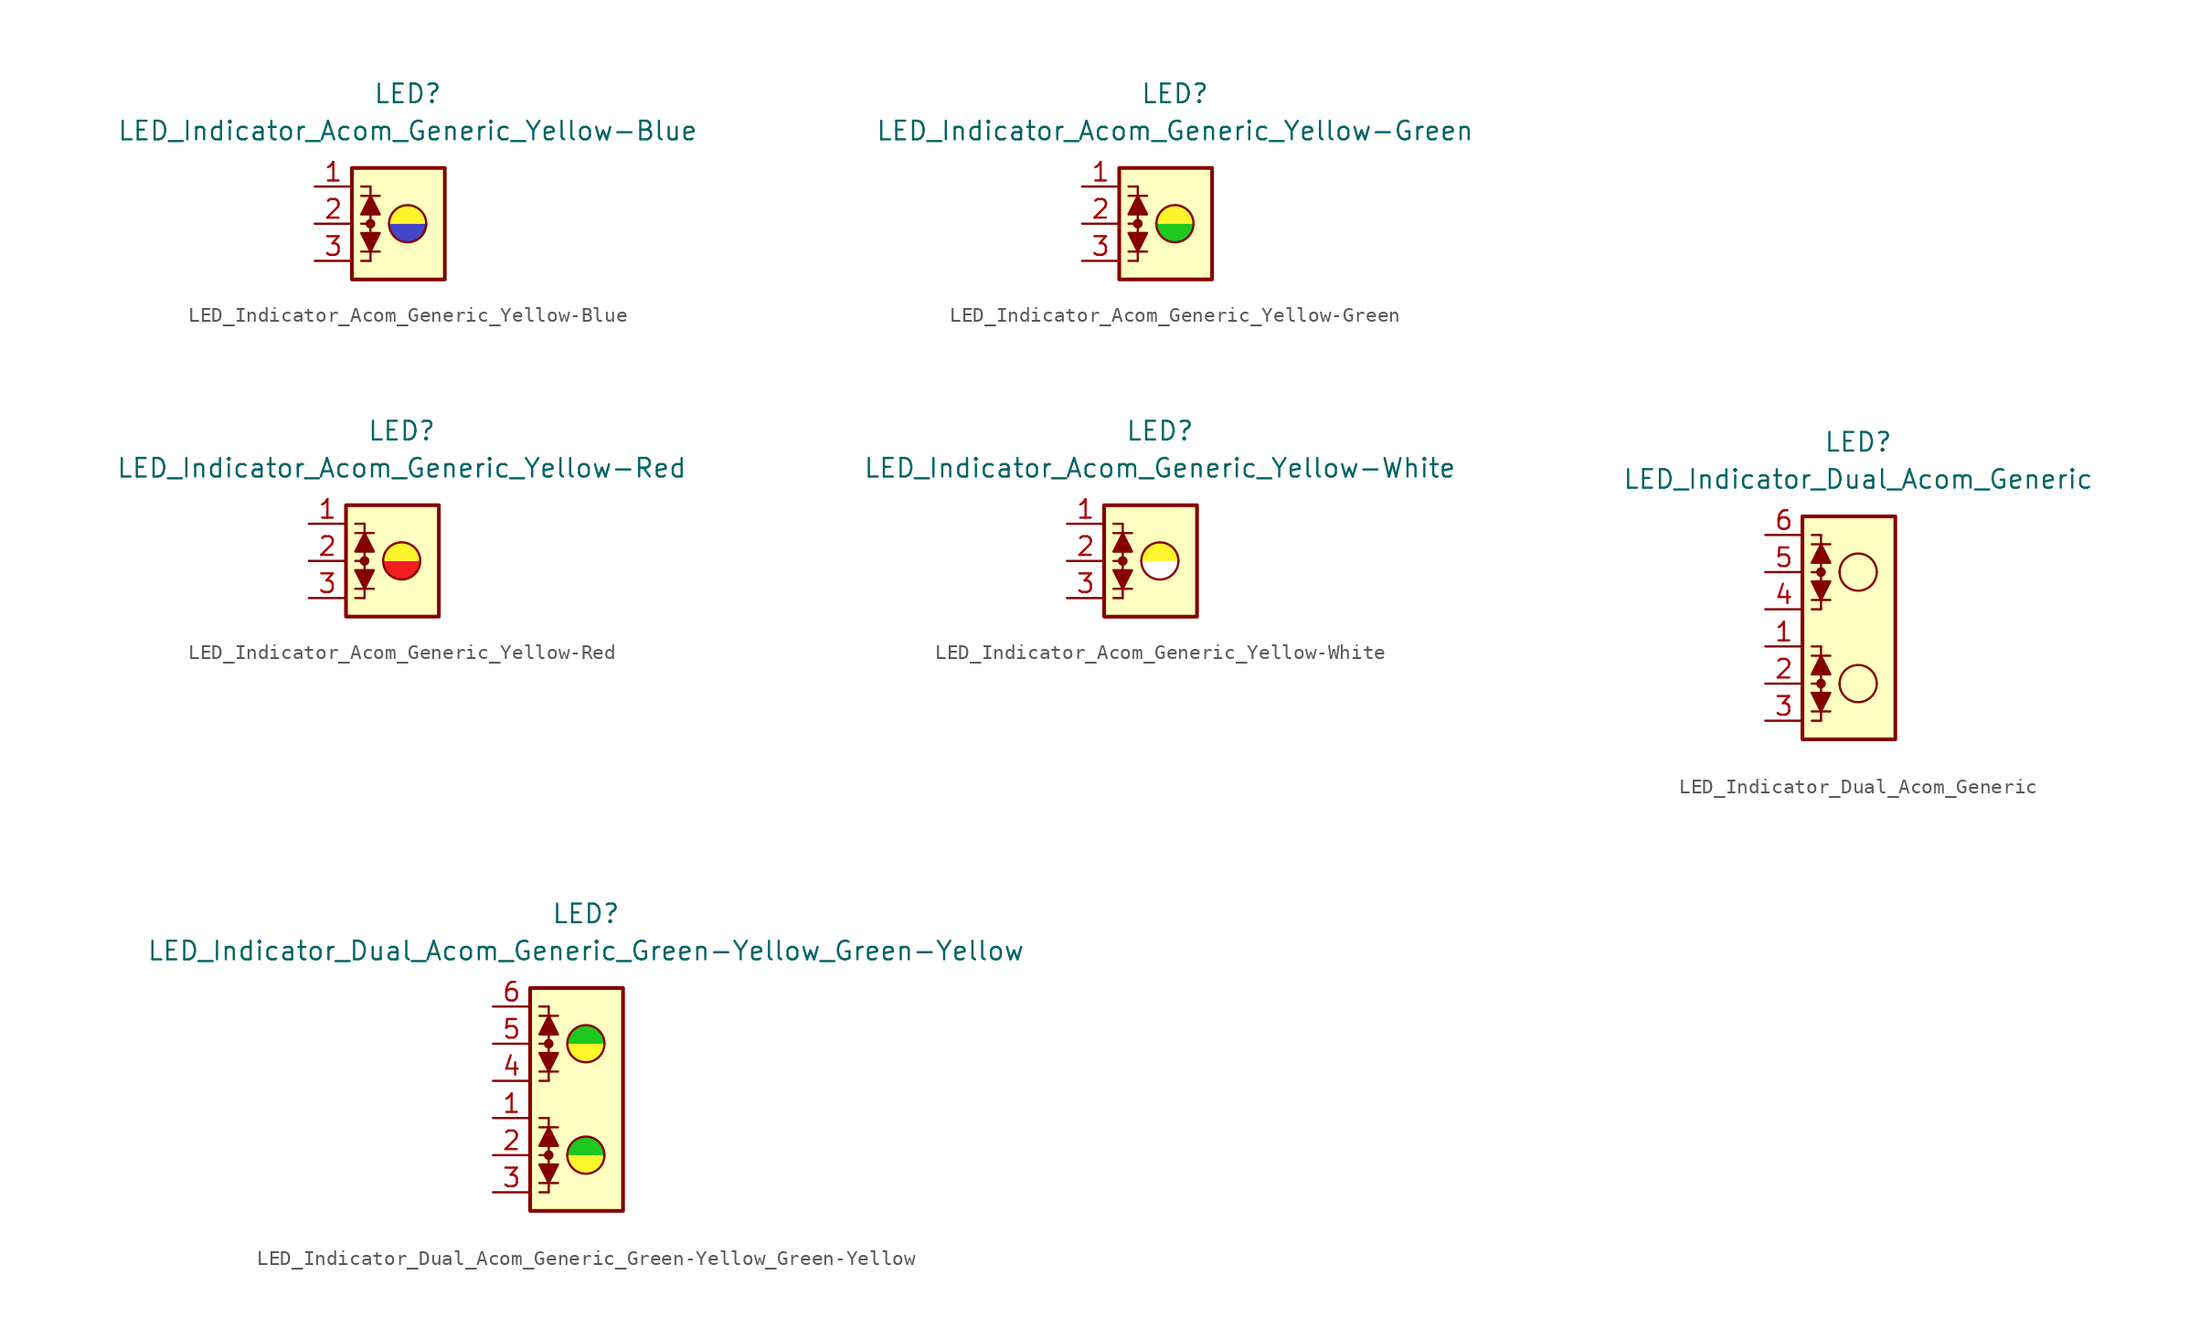
<source format=kicad_sym>
(kicad_symbol_lib
  (version 20231120)
  (generator "kicad_symbol_editor")
  (generator_version "8.0")
  (symbol "LED_Indicator_Acom_Generic_Yellow-Blue"
    (pin_names
      (offset 1.016) hide)
    (property "Reference" "LED"
      (at 0 8.89 0)
      (effects (font (size 1.27 1.27))))
    (property "Value" "LED_Indicator_Acom_Generic_Yellow-Blue"
      (at 0 6.35 0)
      (effects (font (size 1.27 1.27))))
    (symbol "LED_Indicator_Acom_Generic_Yellow-Blue_0_1"
      (rectangle (start -3.81 3.81) (end 2.54 -3.81) (stroke (width 0.254) (type default)) (fill (type background)))
      (circle (center -2.54 0) (radius 0.254) (stroke (width 0) (type default)) (fill (type outline)))
      (arc (start -1.27 0) (mid 0 -1.2645) (end 1.27 0) (stroke (width 0) (type default)) (fill (type color) (color 70 70 200 1)))
      (polyline (pts (xy -3.175 -1.905) (xy -1.905 -1.905)) (stroke (width 0) (type default)) (fill (type none)))
      (polyline (pts (xy -2.54 -2.54) (xy -3.175 -2.54)) (stroke (width 0) (type default)) (fill (type none)))
      (polyline (pts (xy -2.54 -2.54) (xy -2.54 0)) (stroke (width 0) (type default)) (fill (type none)))
      (polyline (pts (xy -2.54 0) (xy -3.175 0)) (stroke (width 0) (type default)) (fill (type none)))
      (polyline (pts (xy -2.54 2.54) (xy -3.175 2.54)) (stroke (width 0) (type default)) (fill (type none)))
      (polyline (pts (xy -2.54 2.54) (xy -2.54 0)) (stroke (width 0) (type default)) (fill (type none)))
      (polyline (pts (xy -1.905 1.905) (xy -3.175 1.905)) (stroke (width 0) (type default)) (fill (type none)))
      (polyline (pts (xy -2.54 -1.905) (xy -3.175 -0.635) (xy -1.905 -0.635) (xy -2.54 -1.905)) (stroke (width 0) (type default)) (fill (type outline)))
      (polyline (pts (xy -2.54 1.905) (xy -1.905 0.635) (xy -3.175 0.635) (xy -2.54 1.905)) (stroke (width 0) (type default)) (fill (type outline)))
      (arc (start 1.27 0) (mid 0 1.2645) (end -1.27 0) (stroke (width 0) (type default)) (fill (type color) (color 255 245 45 1))))
    (symbol "LED_Indicator_Acom_Generic_Yellow-Blue_1_1"
      (pin passive line (at -6.35 2.54 0) (length 2.54) (name "K1" (effects (font (size 1.27 1.27)))) (number "1" (effects (font (size 1.27 1.27)))))
      (pin passive line (at -6.35 0 0) (length 2.54) (name "A12" (effects (font (size 1.27 1.27)))) (number "2" (effects (font (size 1.27 1.27)))))
      (pin passive line (at -6.35 -2.54 0) (length 2.54) (name "K2" (effects (font (size 1.27 1.27)))) (number "3" (effects (font (size 1.27 1.27)))))))
  (symbol "LED_Indicator_Acom_Generic_Yellow-Green"
    (pin_names
      (offset 1.016) hide)
    (property "Reference" "LED"
      (at 0 8.89 0)
      (effects (font (size 1.27 1.27))))
    (property "Value" "LED_Indicator_Acom_Generic_Yellow-Green"
      (at 0 6.35 0)
      (effects (font (size 1.27 1.27))))
    (symbol "LED_Indicator_Acom_Generic_Yellow-Green_0_1"
      (rectangle (start -3.81 3.81) (end 2.54 -3.81) (stroke (width 0.254) (type default)) (fill (type background)))
      (circle (center -2.54 0) (radius 0.254) (stroke (width 0) (type default)) (fill (type outline)))
      (arc (start -1.27 0) (mid 0 -1.2645) (end 1.27 0) (stroke (width 0) (type default)) (fill (type color) (color 30 200 30 1)))
      (polyline (pts (xy -3.175 -1.905) (xy -1.905 -1.905)) (stroke (width 0) (type default)) (fill (type none)))
      (polyline (pts (xy -2.54 -2.54) (xy -3.175 -2.54)) (stroke (width 0) (type default)) (fill (type none)))
      (polyline (pts (xy -2.54 -2.54) (xy -2.54 0)) (stroke (width 0) (type default)) (fill (type none)))
      (polyline (pts (xy -2.54 0) (xy -3.175 0)) (stroke (width 0) (type default)) (fill (type none)))
      (polyline (pts (xy -2.54 2.54) (xy -3.175 2.54)) (stroke (width 0) (type default)) (fill (type none)))
      (polyline (pts (xy -2.54 2.54) (xy -2.54 0)) (stroke (width 0) (type default)) (fill (type none)))
      (polyline (pts (xy -1.905 1.905) (xy -3.175 1.905)) (stroke (width 0) (type default)) (fill (type none)))
      (polyline (pts (xy -2.54 -1.905) (xy -3.175 -0.635) (xy -1.905 -0.635) (xy -2.54 -1.905)) (stroke (width 0) (type default)) (fill (type outline)))
      (polyline (pts (xy -2.54 1.905) (xy -1.905 0.635) (xy -3.175 0.635) (xy -2.54 1.905)) (stroke (width 0) (type default)) (fill (type outline)))
      (arc (start 1.27 0) (mid 0 1.2645) (end -1.27 0) (stroke (width 0) (type default)) (fill (type color) (color 255 245 45 1))))
    (symbol "LED_Indicator_Acom_Generic_Yellow-Green_1_1"
      (pin passive line (at -6.35 2.54 0) (length 2.54) (name "K1" (effects (font (size 1.27 1.27)))) (number "1" (effects (font (size 1.27 1.27)))))
      (pin passive line (at -6.35 0 0) (length 2.54) (name "A12" (effects (font (size 1.27 1.27)))) (number "2" (effects (font (size 1.27 1.27)))))
      (pin passive line (at -6.35 -2.54 0) (length 2.54) (name "K2" (effects (font (size 1.27 1.27)))) (number "3" (effects (font (size 1.27 1.27)))))))
  (symbol "LED_Indicator_Acom_Generic_Yellow-Red"
    (pin_names
      (offset 1.016) hide)
    (property "Reference" "LED"
      (at 0 8.89 0)
      (effects (font (size 1.27 1.27))))
    (property "Value" "LED_Indicator_Acom_Generic_Yellow-Red"
      (at 0 6.35 0)
      (effects (font (size 1.27 1.27))))
    (symbol "LED_Indicator_Acom_Generic_Yellow-Red_0_1"
      (rectangle (start -3.81 3.81) (end 2.54 -3.81) (stroke (width 0.254) (type default)) (fill (type background)))
      (circle (center -2.54 0) (radius 0.254) (stroke (width 0) (type default)) (fill (type outline)))
      (arc (start -1.27 0) (mid 0 -1.2645) (end 1.27 0) (stroke (width 0) (type default)) (fill (type color) (color 240 30 30 1)))
      (polyline (pts (xy -3.175 -1.905) (xy -1.905 -1.905)) (stroke (width 0) (type default)) (fill (type none)))
      (polyline (pts (xy -2.54 -2.54) (xy -3.175 -2.54)) (stroke (width 0) (type default)) (fill (type none)))
      (polyline (pts (xy -2.54 -2.54) (xy -2.54 0)) (stroke (width 0) (type default)) (fill (type none)))
      (polyline (pts (xy -2.54 0) (xy -3.175 0)) (stroke (width 0) (type default)) (fill (type none)))
      (polyline (pts (xy -2.54 2.54) (xy -3.175 2.54)) (stroke (width 0) (type default)) (fill (type none)))
      (polyline (pts (xy -2.54 2.54) (xy -2.54 0)) (stroke (width 0) (type default)) (fill (type none)))
      (polyline (pts (xy -1.905 1.905) (xy -3.175 1.905)) (stroke (width 0) (type default)) (fill (type none)))
      (polyline (pts (xy -2.54 -1.905) (xy -3.175 -0.635) (xy -1.905 -0.635) (xy -2.54 -1.905)) (stroke (width 0) (type default)) (fill (type outline)))
      (polyline (pts (xy -2.54 1.905) (xy -1.905 0.635) (xy -3.175 0.635) (xy -2.54 1.905)) (stroke (width 0) (type default)) (fill (type outline)))
      (arc (start 1.27 0) (mid 0 1.2645) (end -1.27 0) (stroke (width 0) (type default)) (fill (type color) (color 255 245 45 1))))
    (symbol "LED_Indicator_Acom_Generic_Yellow-Red_1_1"
      (pin passive line (at -6.35 2.54 0) (length 2.54) (name "K1" (effects (font (size 1.27 1.27)))) (number "1" (effects (font (size 1.27 1.27)))))
      (pin passive line (at -6.35 0 0) (length 2.54) (name "A12" (effects (font (size 1.27 1.27)))) (number "2" (effects (font (size 1.27 1.27)))))
      (pin passive line (at -6.35 -2.54 0) (length 2.54) (name "K2" (effects (font (size 1.27 1.27)))) (number "3" (effects (font (size 1.27 1.27)))))))
  (symbol "LED_Indicator_Acom_Generic_Yellow-White"
    (pin_names
      (offset 1.016) hide)
    (property "Reference" "LED"
      (at 0 8.89 0)
      (effects (font (size 1.27 1.27))))
    (property "Value" "LED_Indicator_Acom_Generic_Yellow-White"
      (at 0 6.35 0)
      (effects (font (size 1.27 1.27))))
    (symbol "LED_Indicator_Acom_Generic_Yellow-White_0_1"
      (rectangle (start -3.81 3.81) (end 2.54 -3.81) (stroke (width 0.254) (type default)) (fill (type background)))
      (circle (center -2.54 0) (radius 0.254) (stroke (width 0) (type default)) (fill (type outline)))
      (arc (start -1.27 0) (mid 0 -1.2645) (end 1.27 0) (stroke (width 0) (type default)) (fill (type color) (color 255 255 255 1)))
      (polyline (pts (xy -3.175 -1.905) (xy -1.905 -1.905)) (stroke (width 0) (type default)) (fill (type none)))
      (polyline (pts (xy -2.54 -2.54) (xy -3.175 -2.54)) (stroke (width 0) (type default)) (fill (type none)))
      (polyline (pts (xy -2.54 -2.54) (xy -2.54 0)) (stroke (width 0) (type default)) (fill (type none)))
      (polyline (pts (xy -2.54 0) (xy -3.175 0)) (stroke (width 0) (type default)) (fill (type none)))
      (polyline (pts (xy -2.54 2.54) (xy -3.175 2.54)) (stroke (width 0) (type default)) (fill (type none)))
      (polyline (pts (xy -2.54 2.54) (xy -2.54 0)) (stroke (width 0) (type default)) (fill (type none)))
      (polyline (pts (xy -1.905 1.905) (xy -3.175 1.905)) (stroke (width 0) (type default)) (fill (type none)))
      (polyline (pts (xy -2.54 -1.905) (xy -3.175 -0.635) (xy -1.905 -0.635) (xy -2.54 -1.905)) (stroke (width 0) (type default)) (fill (type outline)))
      (polyline (pts (xy -2.54 1.905) (xy -1.905 0.635) (xy -3.175 0.635) (xy -2.54 1.905)) (stroke (width 0) (type default)) (fill (type outline)))
      (arc (start 1.27 0) (mid 0 1.2645) (end -1.27 0) (stroke (width 0) (type default)) (fill (type color) (color 255 245 45 1))))
    (symbol "LED_Indicator_Acom_Generic_Yellow-White_1_1"
      (pin passive line (at -6.35 2.54 0) (length 2.54) (name "K1" (effects (font (size 1.27 1.27)))) (number "1" (effects (font (size 1.27 1.27)))))
      (pin passive line (at -6.35 0 0) (length 2.54) (name "A12" (effects (font (size 1.27 1.27)))) (number "2" (effects (font (size 1.27 1.27)))))
      (pin passive line (at -6.35 -2.54 0) (length 2.54) (name "K2" (effects (font (size 1.27 1.27)))) (number "3" (effects (font (size 1.27 1.27)))))))
  (symbol "LED_Indicator_Dual_Acom_Generic"
    (pin_names
      (offset 1.016) hide)
    (property "Reference" "LED"
      (at 0 12.7 0)
      (effects (font (size 1.27 1.27))))
    (property "Value" "LED_Indicator_Dual_Acom_Generic"
      (at 0 10.16 0)
      (effects (font (size 1.27 1.27))))
    (symbol "LED_Indicator_Dual_Acom_Generic_0_1"
      (rectangle (start -3.81 7.62) (end 2.54 -7.62) (stroke (width 0.254) (type default)) (fill (type background)))
      (circle (center -2.54 -3.81) (radius 0.254) (stroke (width 0) (type default)) (fill (type outline)))
      (circle (center -2.54 3.81) (radius 0.254) (stroke (width 0) (type default)) (fill (type outline)))
      (arc (start -1.27 -3.81) (mid 0 -5.0745) (end 1.27 -3.81) (stroke (width 0) (type default)) (fill (type none)))
      (arc (start -1.27 3.81) (mid 0 2.5455) (end 1.27 3.81) (stroke (width 0) (type default)) (fill (type none)))
      (polyline (pts (xy -3.175 -5.715) (xy -1.905 -5.715)) (stroke (width 0) (type default)) (fill (type none)))
      (polyline (pts (xy -3.175 1.905) (xy -1.905 1.905)) (stroke (width 0) (type default)) (fill (type none)))
      (polyline (pts (xy -2.54 -6.35) (xy -3.175 -6.35)) (stroke (width 0) (type default)) (fill (type none)))
      (polyline (pts (xy -2.54 -6.35) (xy -2.54 -3.81)) (stroke (width 0) (type default)) (fill (type none)))
      (polyline (pts (xy -2.54 -3.81) (xy -3.175 -3.81)) (stroke (width 0) (type default)) (fill (type none)))
      (polyline (pts (xy -2.54 -1.27) (xy -3.175 -1.27)) (stroke (width 0) (type default)) (fill (type none)))
      (polyline (pts (xy -2.54 -1.27) (xy -2.54 -3.81)) (stroke (width 0) (type default)) (fill (type none)))
      (polyline (pts (xy -2.54 1.27) (xy -3.175 1.27)) (stroke (width 0) (type default)) (fill (type none)))
      (polyline (pts (xy -2.54 1.27) (xy -2.54 3.81)) (stroke (width 0) (type default)) (fill (type none)))
      (polyline (pts (xy -2.54 3.81) (xy -3.175 3.81)) (stroke (width 0) (type default)) (fill (type none)))
      (polyline (pts (xy -2.54 6.35) (xy -3.175 6.35)) (stroke (width 0) (type default)) (fill (type none)))
      (polyline (pts (xy -2.54 6.35) (xy -2.54 3.81)) (stroke (width 0) (type default)) (fill (type none)))
      (polyline (pts (xy -1.905 -1.905) (xy -3.175 -1.905)) (stroke (width 0) (type default)) (fill (type none)))
      (polyline (pts (xy -1.905 5.715) (xy -3.175 5.715)) (stroke (width 0) (type default)) (fill (type none)))
      (polyline (pts (xy -2.54 -5.715) (xy -3.175 -4.445) (xy -1.905 -4.445) (xy -2.54 -5.715)) (stroke (width 0) (type default)) (fill (type outline)))
      (polyline (pts (xy -2.54 -1.905) (xy -1.905 -3.175) (xy -3.175 -3.175) (xy -2.54 -1.905)) (stroke (width 0) (type default)) (fill (type outline)))
      (polyline (pts (xy -2.54 1.905) (xy -3.175 3.175) (xy -1.905 3.175) (xy -2.54 1.905)) (stroke (width 0) (type default)) (fill (type outline)))
      (polyline (pts (xy -2.54 5.715) (xy -1.905 4.445) (xy -3.175 4.445) (xy -2.54 5.715)) (stroke (width 0) (type default)) (fill (type outline)))
      (arc (start 1.27 -3.81) (mid 0 -2.5455) (end -1.27 -3.81) (stroke (width 0) (type default)) (fill (type none)))
      (arc (start 1.27 3.81) (mid 0 5.0745) (end -1.27 3.81) (stroke (width 0) (type default)) (fill (type none))))
    (symbol "LED_Indicator_Dual_Acom_Generic_1_1"
      (pin passive line (at -6.35 -1.27 0) (length 2.54) (name "K1" (effects (font (size 1.27 1.27)))) (number "1" (effects (font (size 1.27 1.27)))))
      (pin passive line (at -6.35 -3.81 0) (length 2.54) (name "A12" (effects (font (size 1.27 1.27)))) (number "2" (effects (font (size 1.27 1.27)))))
      (pin passive line (at -6.35 -6.35 0) (length 2.54) (name "K2" (effects (font (size 1.27 1.27)))) (number "3" (effects (font (size 1.27 1.27)))))
      (pin passive line (at -6.35 1.27 0) (length 2.54) (name "K4" (effects (font (size 1.27 1.27)))) (number "4" (effects (font (size 1.27 1.27)))))
      (pin passive line (at -6.35 3.81 0) (length 2.54) (name "A34" (effects (font (size 1.27 1.27)))) (number "5" (effects (font (size 1.27 1.27)))))
      (pin passive line (at -6.35 6.35 0) (length 2.54) (name "K3" (effects (font (size 1.27 1.27)))) (number "6" (effects (font (size 1.27 1.27)))))))
  (symbol "LED_Indicator_Dual_Acom_Generic_Green-Yellow_Green-Yellow"
    (pin_names
      (offset 1.016) hide)
    (property "Reference" "LED"
      (at 0 12.7 0)
      (effects (font (size 1.27 1.27))))
    (property "Value" "LED_Indicator_Dual_Acom_Generic_Green-Yellow_Green-Yellow"
      (at 0 10.16 0)
      (effects (font (size 1.27 1.27))))
    (symbol "LED_Indicator_Dual_Acom_Generic_Green-Yellow_Green-Yellow_0_1"
      (rectangle (start -3.81 7.62) (end 2.54 -7.62) (stroke (width 0.254) (type default)) (fill (type background)))
      (circle (center -2.54 -3.81) (radius 0.254) (stroke (width 0) (type default)) (fill (type outline)))
      (circle (center -2.54 3.81) (radius 0.254) (stroke (width 0) (type default)) (fill (type outline)))
      (arc (start -1.27 -3.81) (mid 0 -5.0745) (end 1.27 -3.81) (stroke (width 0) (type default)) (fill (type color) (color 255 245 45 1)))
      (arc (start -1.27 3.81) (mid 0 2.5455) (end 1.27 3.81) (stroke (width 0) (type default)) (fill (type color) (color 255 245 45 1)))
      (polyline (pts (xy -3.175 -5.715) (xy -1.905 -5.715)) (stroke (width 0) (type default)) (fill (type none)))
      (polyline (pts (xy -3.175 1.905) (xy -1.905 1.905)) (stroke (width 0) (type default)) (fill (type none)))
      (polyline (pts (xy -2.54 -6.35) (xy -3.175 -6.35)) (stroke (width 0) (type default)) (fill (type none)))
      (polyline (pts (xy -2.54 -6.35) (xy -2.54 -3.81)) (stroke (width 0) (type default)) (fill (type none)))
      (polyline (pts (xy -2.54 -3.81) (xy -3.175 -3.81)) (stroke (width 0) (type default)) (fill (type none)))
      (polyline (pts (xy -2.54 -1.27) (xy -3.175 -1.27)) (stroke (width 0) (type default)) (fill (type none)))
      (polyline (pts (xy -2.54 -1.27) (xy -2.54 -3.81)) (stroke (width 0) (type default)) (fill (type none)))
      (polyline (pts (xy -2.54 1.27) (xy -3.175 1.27)) (stroke (width 0) (type default)) (fill (type none)))
      (polyline (pts (xy -2.54 1.27) (xy -2.54 3.81)) (stroke (width 0) (type default)) (fill (type none)))
      (polyline (pts (xy -2.54 3.81) (xy -3.175 3.81)) (stroke (width 0) (type default)) (fill (type none)))
      (polyline (pts (xy -2.54 6.35) (xy -3.175 6.35)) (stroke (width 0) (type default)) (fill (type none)))
      (polyline (pts (xy -2.54 6.35) (xy -2.54 3.81)) (stroke (width 0) (type default)) (fill (type none)))
      (polyline (pts (xy -1.905 -1.905) (xy -3.175 -1.905)) (stroke (width 0) (type default)) (fill (type none)))
      (polyline (pts (xy -1.905 5.715) (xy -3.175 5.715)) (stroke (width 0) (type default)) (fill (type none)))
      (polyline (pts (xy -2.54 -5.715) (xy -3.175 -4.445) (xy -1.905 -4.445) (xy -2.54 -5.715)) (stroke (width 0) (type default)) (fill (type outline)))
      (polyline (pts (xy -2.54 -1.905) (xy -1.905 -3.175) (xy -3.175 -3.175) (xy -2.54 -1.905)) (stroke (width 0) (type default)) (fill (type outline)))
      (polyline (pts (xy -2.54 1.905) (xy -3.175 3.175) (xy -1.905 3.175) (xy -2.54 1.905)) (stroke (width 0) (type default)) (fill (type outline)))
      (polyline (pts (xy -2.54 5.715) (xy -1.905 4.445) (xy -3.175 4.445) (xy -2.54 5.715)) (stroke (width 0) (type default)) (fill (type outline)))
      (arc (start 1.27 -3.81) (mid 0 -2.5455) (end -1.27 -3.81) (stroke (width 0) (type default)) (fill (type color) (color 30 200 30 1)))
      (arc (start 1.27 3.81) (mid 0 5.0745) (end -1.27 3.81) (stroke (width 0) (type default)) (fill (type color) (color 30 200 30 1))))
    (symbol "LED_Indicator_Dual_Acom_Generic_Green-Yellow_Green-Yellow_1_1"
      (pin passive line (at -6.35 -1.27 0) (length 2.54) (name "K1" (effects (font (size 1.27 1.27)))) (number "1" (effects (font (size 1.27 1.27)))))
      (pin passive line (at -6.35 -3.81 0) (length 2.54) (name "A12" (effects (font (size 1.27 1.27)))) (number "2" (effects (font (size 1.27 1.27)))))
      (pin passive line (at -6.35 -6.35 0) (length 2.54) (name "K2" (effects (font (size 1.27 1.27)))) (number "3" (effects (font (size 1.27 1.27)))))
      (pin passive line (at -6.35 1.27 0) (length 2.54) (name "K4" (effects (font (size 1.27 1.27)))) (number "4" (effects (font (size 1.27 1.27)))))
      (pin passive line (at -6.35 3.81 0) (length 2.54) (name "A34" (effects (font (size 1.27 1.27)))) (number "5" (effects (font (size 1.27 1.27)))))
      (pin passive line (at -6.35 6.35 0) (length 2.54) (name "K3" (effects (font (size 1.27 1.27)))) (number "6" (effects (font (size 1.27 1.27))))))))
</source>
